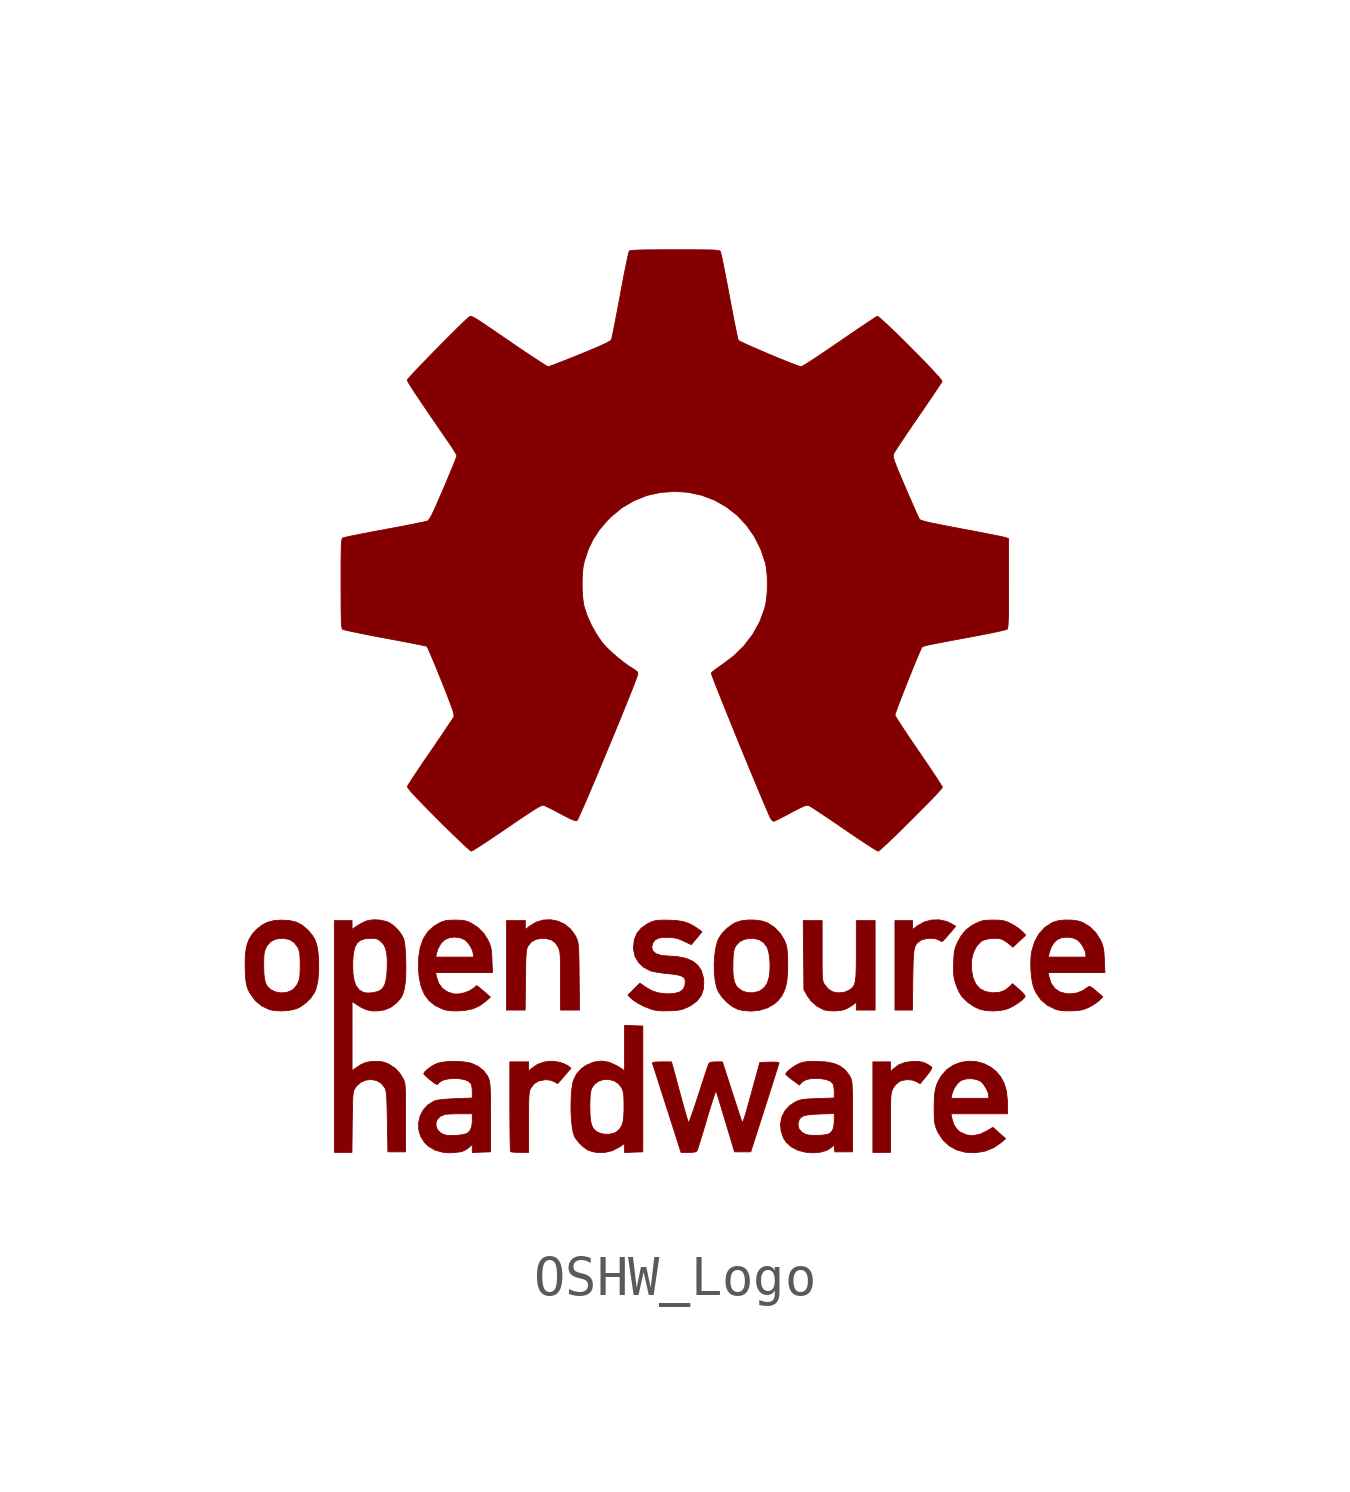
<source format=kicad_sym>
(kicad_symbol_lib
  (version 20241209)
  (generator "kicad_symbol_editor")
  (generator_version "9.0")
  (symbol "OSHW_Logo"
    (pin_names
      (offset 1.016))
    (property "Reference" "G"
      (at 0 16.51 0)
      (effects (font (size 1.27 1.27)) (hide yes)))
    (symbol "OSHW_Logo_0_0"
      (polyline (pts (xy -9.745 -3.588) (xy -9.59 -3.563) (xy -9.467 -3.522) (xy -9.417 -3.495) (xy -9.275 -3.393) (xy -9.149 -3.267) (xy -9.06 -3.135) (xy -9.02 -3.038) (xy -8.974 -2.844) (xy -8.952 -2.606) (xy -8.954 -2.328) (xy -8.956 -2.276) (xy -8.973 -2.086) (xy -9.001 -1.935) (xy -9.045 -1.811) (xy -9.11 -1.702) (xy -9.198 -1.594) (xy -9.235 -1.555) (xy -9.368 -1.441) (xy -9.509 -1.367) (xy -9.674 -1.327) (xy -9.875 -1.314) (xy -9.879 -1.314) (xy -10.077 -1.327) (xy -10.24 -1.368) (xy -10.383 -1.443) (xy -10.522 -1.558) (xy -10.622 -1.669) (xy -10.7 -1.794) (xy -10.754 -1.938) (xy -10.787 -2.109) (xy -10.801 -2.317) (xy -10.8 -2.446) (xy -10.335 -2.446) (xy -10.333 -2.301) (xy -10.328 -2.197) (xy -10.317 -2.121) (xy -10.299 -2.058) (xy -10.271 -1.996) (xy -10.248 -1.954) (xy -10.156 -1.851) (xy -10.033 -1.791) (xy -9.874 -1.771) (xy -9.838 -1.772) (xy -9.686 -1.802) (xy -9.567 -1.876) (xy -9.48 -1.994) (xy -9.478 -1.997) (xy -9.451 -2.056) (xy -9.434 -2.118) (xy -9.424 -2.196) (xy -9.419 -2.302) (xy -9.417 -2.451) (xy -9.417 -2.457) (xy -9.419 -2.603) (xy -9.424 -2.709) (xy -9.434 -2.786) (xy -9.453 -2.848) (xy -9.48 -2.909) (xy -9.5 -2.945) (xy -9.562 -3.025) (xy -9.626 -3.079) (xy -9.743 -3.127) (xy -9.894 -3.144) (xy -10.036 -3.119) (xy -10.142 -3.07) (xy -10.221 -3.008) (xy -10.276 -2.925) (xy -10.311 -2.811) (xy -10.329 -2.66) (xy -10.335 -2.462) (xy -10.335 -2.446) (xy -10.8 -2.446) (xy -10.798 -2.569) (xy -10.796 -2.637) (xy -10.786 -2.785) (xy -10.773 -2.895) (xy -10.754 -2.98) (xy -10.727 -3.053) (xy -10.678 -3.152) (xy -10.547 -3.334) (xy -10.383 -3.47) (xy -10.189 -3.562) (xy -10.071 -3.587) (xy -9.912 -3.596) (xy -9.745 -3.588)) (stroke (width 0.01) (type default)) (fill (type outline)))
      (polyline (pts (xy -8.109 -6.395) (xy -8.108 -6.309) (xy -8.105 -6.101) (xy -8.102 -5.939) (xy -8.098 -5.816) (xy -8.092 -5.725) (xy -8.084 -5.659) (xy -8.074 -5.611) (xy -8.06 -5.575) (xy -8.043 -5.543) (xy -8.001 -5.482) (xy -7.894 -5.389) (xy -7.768 -5.335) (xy -7.634 -5.32) (xy -7.503 -5.344) (xy -7.387 -5.409) (xy -7.297 -5.515) (xy -7.292 -5.524) (xy -7.276 -5.557) (xy -7.264 -5.597) (xy -7.254 -5.652) (xy -7.246 -5.727) (xy -7.24 -5.83) (xy -7.236 -5.967) (xy -7.231 -6.146) (xy -7.227 -6.374) (xy -7.213 -7.137) (xy -6.991 -7.137) (xy -6.769 -7.137) (xy -6.769 -6.277) (xy -6.769 -6.145) (xy -6.77 -5.93) (xy -6.771 -5.761) (xy -6.773 -5.63) (xy -6.777 -5.532) (xy -6.782 -5.459) (xy -6.791 -5.406) (xy -6.802 -5.364) (xy -6.816 -5.329) (xy -6.835 -5.293) (xy -6.915 -5.163) (xy -7.032 -5.037) (xy -7.185 -4.937) (xy -7.232 -4.914) (xy -7.316 -4.883) (xy -7.408 -4.868) (xy -7.532 -4.865) (xy -7.657 -4.871) (xy -7.781 -4.896) (xy -7.896 -4.948) (xy -8.024 -5.034) (xy -8.114 -5.101) (xy -8.114 -4.229) (xy -8.114 -3.356) (xy -7.976 -3.448) (xy -7.9 -3.497) (xy -7.761 -3.564) (xy -7.623 -3.595) (xy -7.467 -3.596) (xy -7.296 -3.569) (xy -7.137 -3.502) (xy -6.993 -3.39) (xy -6.965 -3.362) (xy -6.891 -3.273) (xy -6.84 -3.178) (xy -6.805 -3.059) (xy -6.779 -2.901) (xy -6.771 -2.832) (xy -6.763 -2.686) (xy -6.761 -2.518) (xy -6.763 -2.339) (xy -6.77 -2.164) (xy -6.781 -2.006) (xy -6.796 -1.877) (xy -6.815 -1.79) (xy -6.87 -1.679) (xy -6.96 -1.56) (xy -7.069 -1.454) (xy -7.18 -1.379) (xy -7.249 -1.35) (xy -7.404 -1.314) (xy -7.569 -1.305) (xy -7.717 -1.325) (xy -7.772 -1.344) (xy -7.875 -1.393) (xy -7.973 -1.451) (xy -8.114 -1.546) (xy -8.114 -1.437) (xy -8.114 -1.327) (xy -8.336 -1.327) (xy -8.558 -1.327) (xy -8.558 -2.437) (xy -8.098 -2.437) (xy -8.096 -2.338) (xy -8.08 -2.144) (xy -8.045 -1.996) (xy -7.987 -1.89) (xy -7.904 -1.821) (xy -7.791 -1.783) (xy -7.645 -1.771) (xy -7.587 -1.772) (xy -7.506 -1.781) (xy -7.445 -1.807) (xy -7.382 -1.856) (xy -7.38 -1.858) (xy -7.315 -1.933) (xy -7.269 -2.031) (xy -7.241 -2.158) (xy -7.229 -2.324) (xy -7.232 -2.535) (xy -7.24 -2.675) (xy -7.262 -2.835) (xy -7.298 -2.953) (xy -7.352 -3.035) (xy -7.424 -3.09) (xy -7.482 -3.113) (xy -7.592 -3.138) (xy -7.705 -3.147) (xy -7.795 -3.139) (xy -7.84 -3.124) (xy -7.939 -3.064) (xy -8.013 -2.969) (xy -8.062 -2.837) (xy -8.09 -2.661) (xy -8.098 -2.437) (xy -8.558 -2.437) (xy -8.558 -4.239) (xy -8.558 -7.151) (xy -8.338 -7.151) (xy -8.117 -7.151) (xy -8.109 -6.395)) (stroke (width 0.01) (type default)) (fill (type outline)))
      (polyline (pts (xy -5.537 -7.155) (xy -5.375 -7.134) (xy -5.352 -7.129) (xy -5.268 -7.091) (xy -5.188 -7.035) (xy -5.092 -6.951) (xy -5.092 -7.052) (xy -5.092 -7.153) (xy -4.863 -7.145) (xy -4.634 -7.137) (xy -4.634 -6.277) (xy -4.634 -6.162) (xy -4.635 -5.939) (xy -4.636 -5.761) (xy -4.639 -5.623) (xy -4.644 -5.517) (xy -4.65 -5.437) (xy -4.659 -5.377) (xy -4.67 -5.329) (xy -4.685 -5.286) (xy -4.711 -5.229) (xy -4.812 -5.095) (xy -4.952 -4.986) (xy -5.119 -4.911) (xy -5.167 -4.899) (xy -5.32 -4.875) (xy -5.496 -4.864) (xy -5.675 -4.867) (xy -5.838 -4.883) (xy -5.967 -4.913) (xy -5.969 -4.913) (xy -6.057 -4.954) (xy -6.148 -5.01) (xy -6.23 -5.072) (xy -6.289 -5.131) (xy -6.312 -5.175) (xy -6.311 -5.178) (xy -6.282 -5.213) (xy -6.222 -5.268) (xy -6.142 -5.335) (xy -6.111 -5.359) (xy -6.036 -5.415) (xy -5.99 -5.44) (xy -5.963 -5.441) (xy -5.945 -5.42) (xy -5.917 -5.386) (xy -5.829 -5.336) (xy -5.699 -5.304) (xy -5.535 -5.293) (xy -5.45 -5.295) (xy -5.298 -5.318) (xy -5.186 -5.363) (xy -5.122 -5.427) (xy -5.111 -5.458) (xy -5.097 -5.538) (xy -5.092 -5.634) (xy -5.092 -5.785) (xy -5.501 -5.8) (xy -5.553 -5.802) (xy -5.705 -5.811) (xy -5.841 -5.822) (xy -5.948 -5.835) (xy -6.013 -5.849) (xy -6.074 -5.874) (xy -6.22 -5.968) (xy -6.331 -6.097) (xy -6.406 -6.248) (xy -6.441 -6.407) (xy -6.005 -6.407) (xy -5.969 -6.316) (xy -5.894 -6.242) (xy -5.781 -6.197) (xy -5.741 -6.192) (xy -5.648 -6.186) (xy -5.527 -6.182) (xy -5.393 -6.18) (xy -5.092 -6.18) (xy -5.092 -6.331) (xy -5.093 -6.391) (xy -5.11 -6.517) (xy -5.15 -6.606) (xy -5.218 -6.669) (xy -5.249 -6.684) (xy -5.341 -6.707) (xy -5.46 -6.722) (xy -5.588 -6.728) (xy -5.706 -6.724) (xy -5.795 -6.708) (xy -5.875 -6.671) (xy -5.958 -6.596) (xy -6.001 -6.504) (xy -6.005 -6.407) (xy -6.441 -6.407) (xy -6.442 -6.414) (xy -6.437 -6.585) (xy -6.388 -6.75) (xy -6.292 -6.901) (xy -6.191 -6.998) (xy -6.03 -7.093) (xy -5.834 -7.147) (xy -5.779 -7.155) (xy -5.665 -7.162) (xy -5.537 -7.155)) (stroke (width 0.01) (type default)) (fill (type outline)))
      (polyline (pts (xy -5.424 -3.594) (xy -5.263 -3.581) (xy -5.071 -3.539) (xy -4.903 -3.462) (xy -4.746 -3.346) (xy -4.636 -3.249) (xy -4.74 -3.158) (xy -4.77 -3.132) (xy -4.849 -3.065) (xy -4.912 -3.013) (xy -4.981 -2.959) (xy -5.066 -3.03) (xy -5.16 -3.091) (xy -5.294 -3.142) (xy -5.433 -3.171) (xy -5.555 -3.17) (xy -5.705 -3.123) (xy -5.841 -3.032) (xy -5.938 -2.902) (xy -5.994 -2.735) (xy -6.013 -2.631) (xy -5.299 -2.631) (xy -4.585 -2.631) (xy -4.598 -2.315) (xy -4.598 -2.296) (xy -4.605 -2.158) (xy -4.616 -2.057) (xy -4.633 -1.978) (xy -4.659 -1.903) (xy -4.699 -1.817) (xy -4.799 -1.654) (xy -4.95 -1.5) (xy -5.143 -1.378) (xy -5.207 -1.351) (xy -5.287 -1.329) (xy -5.386 -1.317) (xy -5.521 -1.314) (xy -5.556 -1.314) (xy -5.676 -1.318) (xy -5.765 -1.329) (xy -5.842 -1.352) (xy -5.928 -1.391) (xy -6.054 -1.465) (xy -6.207 -1.605) (xy -6.322 -1.782) (xy -6.399 -1.998) (xy -6.438 -2.243) (xy -6.011 -2.243) (xy -5.993 -2.152) (xy -5.958 -2.039) (xy -5.884 -1.903) (xy -5.785 -1.806) (xy -5.676 -1.758) (xy -5.539 -1.74) (xy -5.401 -1.756) (xy -5.283 -1.806) (xy -5.278 -1.81) (xy -5.202 -1.883) (xy -5.133 -1.982) (xy -5.083 -2.088) (xy -5.064 -2.179) (xy -5.064 -2.243) (xy -5.537 -2.243) (xy -6.011 -2.243) (xy -6.438 -2.243) (xy -6.44 -2.254) (xy -6.444 -2.551) (xy -6.428 -2.744) (xy -6.378 -2.983) (xy -6.296 -3.179) (xy -6.178 -3.338) (xy -6.024 -3.461) (xy -5.831 -3.552) (xy -5.789 -3.565) (xy -5.692 -3.586) (xy -5.576 -3.595) (xy -5.424 -3.594)) (stroke (width 0.01) (type default)) (fill (type outline)))
      (polyline (pts (xy -3.755 -2.818) (xy -3.753 -2.63) (xy -3.75 -2.441) (xy -3.746 -2.294) (xy -3.74 -2.184) (xy -3.733 -2.104) (xy -3.724 -2.046) (xy -3.712 -2.004) (xy -3.697 -1.971) (xy -3.692 -1.963) (xy -3.602 -1.856) (xy -3.477 -1.793) (xy -3.317 -1.771) (xy -3.26 -1.774) (xy -3.115 -1.807) (xy -3.006 -1.882) (xy -2.928 -2.001) (xy -2.913 -2.037) (xy -2.9 -2.081) (xy -2.89 -2.137) (xy -2.883 -2.212) (xy -2.879 -2.313) (xy -2.876 -2.447) (xy -2.874 -2.622) (xy -2.874 -2.846) (xy -2.873 -3.574) (xy -2.635 -3.574) (xy -2.398 -3.574) (xy -2.407 -2.735) (xy -2.408 -2.679) (xy -2.41 -2.452) (xy -2.413 -2.271) (xy -2.417 -2.131) (xy -2.422 -2.025) (xy -2.428 -1.944) (xy -2.437 -1.883) (xy -2.449 -1.835) (xy -2.463 -1.793) (xy -2.482 -1.749) (xy -2.509 -1.696) (xy -2.624 -1.539) (xy -2.77 -1.42) (xy -2.938 -1.341) (xy -3.12 -1.305) (xy -3.306 -1.312) (xy -3.488 -1.366) (xy -3.657 -1.469) (xy -3.761 -1.552) (xy -3.761 -1.44) (xy -3.761 -1.327) (xy -3.996 -1.327) (xy -4.232 -1.327) (xy -4.232 -2.451) (xy -4.232 -3.574) (xy -3.998 -3.574) (xy -3.764 -3.574) (xy -3.755 -2.818)) (stroke (width 0.01) (type default)) (fill (type outline)))
      (polyline (pts (xy -3.677 -6.395) (xy -3.677 -6.38) (xy -3.677 -6.155) (xy -3.676 -5.979) (xy -3.673 -5.843) (xy -3.669 -5.742) (xy -3.663 -5.669) (xy -3.654 -5.616) (xy -3.642 -5.576) (xy -3.626 -5.543) (xy -3.623 -5.537) (xy -3.539 -5.425) (xy -3.429 -5.358) (xy -3.283 -5.328) (xy -3.246 -5.326) (xy -3.135 -5.334) (xy -3.041 -5.37) (xy -2.946 -5.422) (xy -2.779 -5.229) (xy -2.613 -5.036) (xy -2.677 -4.984) (xy -2.712 -4.962) (xy -2.796 -4.922) (xy -2.893 -4.888) (xy -3.081 -4.859) (xy -3.275 -4.877) (xy -3.457 -4.942) (xy -3.615 -5.051) (xy -3.677 -5.108) (xy -3.677 -4.993) (xy -3.677 -4.877) (xy -3.913 -4.877) (xy -4.149 -4.877) (xy -4.149 -5.995) (xy -4.149 -6.086) (xy -4.148 -6.324) (xy -4.146 -6.543) (xy -4.144 -6.736) (xy -4.141 -6.897) (xy -4.138 -7.021) (xy -4.134 -7.101) (xy -4.13 -7.132) (xy -4.127 -7.134) (xy -4.082 -7.143) (xy -4 -7.149) (xy -3.895 -7.151) (xy -3.677 -7.151) (xy -3.677 -6.395)) (stroke (width 0.01) (type default)) (fill (type outline)))
      (polyline (pts (xy -1.577 -7.109) (xy -1.383 -7.007) (xy -1.265 -6.926) (xy -1.265 -7.04) (xy -1.265 -7.153) (xy -1.036 -7.145) (xy -0.807 -7.137) (xy -0.807 -5.556) (xy -0.807 -3.976) (xy -1.036 -3.968) (xy -1.265 -3.96) (xy -1.265 -4.529) (xy -1.265 -5.099) (xy -1.411 -5.004) (xy -1.46 -4.974) (xy -1.654 -4.887) (xy -1.847 -4.856) (xy -2.038 -4.881) (xy -2.228 -4.961) (xy -2.349 -5.045) (xy -2.475 -5.185) (xy -2.554 -5.355) (xy -2.569 -5.417) (xy -2.592 -5.565) (xy -2.606 -5.742) (xy -2.612 -5.936) (xy -2.612 -6.001) (xy -2.138 -6.001) (xy -2.138 -5.954) (xy -2.134 -5.797) (xy -2.126 -5.682) (xy -2.112 -5.599) (xy -2.091 -5.536) (xy -2.025 -5.438) (xy -1.921 -5.363) (xy -1.797 -5.322) (xy -1.665 -5.318) (xy -1.537 -5.349) (xy -1.426 -5.416) (xy -1.343 -5.519) (xy -1.332 -5.542) (xy -1.309 -5.597) (xy -1.294 -5.658) (xy -1.285 -5.737) (xy -1.281 -5.847) (xy -1.28 -6) (xy -1.28 -6.093) (xy -1.288 -6.265) (xy -1.308 -6.395) (xy -1.342 -6.494) (xy -1.393 -6.57) (xy -1.464 -6.633) (xy -1.529 -6.668) (xy -1.654 -6.696) (xy -1.791 -6.693) (xy -1.917 -6.657) (xy -1.988 -6.615) (xy -2.05 -6.554) (xy -2.093 -6.47) (xy -2.12 -6.355) (xy -2.134 -6.201) (xy -2.138 -6.001) (xy -2.612 -6.001) (xy -2.611 -6.135) (xy -2.601 -6.328) (xy -2.583 -6.502) (xy -2.559 -6.644) (xy -2.527 -6.744) (xy -2.489 -6.809) (xy -2.401 -6.918) (xy -2.297 -7.017) (xy -2.197 -7.087) (xy -2.176 -7.097) (xy -2.087 -7.127) (xy -1.989 -7.149) (xy -1.78 -7.156) (xy -1.577 -7.109)) (stroke (width 0.01) (type default)) (fill (type outline)))
      (polyline (pts (xy -0.156 -3.593) (xy -0.079 -3.591) (xy 0.043 -3.583) (xy 0.136 -3.568) (xy 0.219 -3.544) (xy 0.309 -3.506) (xy 0.405 -3.457) (xy 0.558 -3.342) (xy 0.661 -3.204) (xy 0.717 -3.04) (xy 0.725 -2.848) (xy 0.714 -2.756) (xy 0.665 -2.588) (xy 0.577 -2.453) (xy 0.45 -2.349) (xy 0.279 -2.276) (xy 0.064 -2.231) (xy -0.197 -2.214) (xy -0.356 -2.198) (xy -0.478 -2.157) (xy -0.555 -2.092) (xy -0.584 -2.007) (xy -0.562 -1.902) (xy -0.558 -1.893) (xy -0.506 -1.818) (xy -0.425 -1.771) (xy -0.309 -1.748) (xy -0.148 -1.748) (xy -0.018 -1.76) (xy 0.104 -1.79) (xy 0.233 -1.846) (xy 0.244 -1.851) (xy 0.329 -1.893) (xy 0.39 -1.92) (xy 0.413 -1.929) (xy 0.414 -1.928) (xy 0.436 -1.9) (xy 0.484 -1.843) (xy 0.548 -1.766) (xy 0.68 -1.608) (xy 0.564 -1.524) (xy 0.492 -1.475) (xy 0.351 -1.399) (xy 0.202 -1.35) (xy 0.028 -1.323) (xy -0.183 -1.315) (xy -0.23 -1.315) (xy -0.359 -1.316) (xy -0.451 -1.322) (xy -0.522 -1.335) (xy -0.587 -1.357) (xy -0.661 -1.392) (xy -0.683 -1.403) (xy -0.843 -1.512) (xy -0.956 -1.647) (xy -1.022 -1.813) (xy -1.042 -2.01) (xy -1.041 -2.053) (xy -1.002 -2.225) (xy -0.915 -2.376) (xy -0.787 -2.498) (xy -0.623 -2.585) (xy -0.567 -2.601) (xy -0.458 -2.623) (xy -0.325 -2.643) (xy -0.183 -2.659) (xy -0.052 -2.673) (xy 0.08 -2.694) (xy 0.17 -2.72) (xy 0.225 -2.756) (xy 0.253 -2.804) (xy 0.26 -2.869) (xy 0.251 -2.959) (xy 0.206 -3.055) (xy 0.12 -3.12) (xy -0.008 -3.156) (xy -0.183 -3.167) (xy -0.227 -3.166) (xy -0.421 -3.142) (xy -0.59 -3.085) (xy -0.754 -2.987) (xy -0.878 -2.898) (xy -1.03 -3.047) (xy -1.181 -3.197) (xy -1.11 -3.271) (xy -1.039 -3.332) (xy -0.912 -3.413) (xy -0.761 -3.488) (xy -0.601 -3.55) (xy -0.538 -3.569) (xy -0.437 -3.587) (xy -0.316 -3.595) (xy -0.156 -3.593)) (stroke (width 0.01) (type default)) (fill (type outline)))
      (polyline (pts (xy 0.404 -7.15) (xy 0.488 -7.144) (xy 0.535 -7.129) (xy 0.56 -7.102) (xy 0.56 -7.101) (xy 0.576 -7.058) (xy 0.604 -6.969) (xy 0.643 -6.843) (xy 0.691 -6.686) (xy 0.745 -6.506) (xy 0.803 -6.31) (xy 0.812 -6.277) (xy 0.869 -6.089) (xy 0.92 -5.923) (xy 0.965 -5.786) (xy 1 -5.682) (xy 1.024 -5.619) (xy 1.034 -5.603) (xy 1.035 -5.605) (xy 1.048 -5.647) (xy 1.075 -5.734) (xy 1.113 -5.858) (xy 1.16 -6.014) (xy 1.214 -6.193) (xy 1.273 -6.388) (xy 1.498 -7.137) (xy 1.702 -7.137) (xy 1.905 -7.137) (xy 2.26 -6.028) (xy 2.3 -5.904) (xy 2.373 -5.674) (xy 2.44 -5.464) (xy 2.499 -5.279) (xy 2.547 -5.123) (xy 2.584 -5.004) (xy 2.608 -4.927) (xy 2.616 -4.897) (xy 2.611 -4.892) (xy 2.566 -4.885) (xy 2.483 -4.881) (xy 2.375 -4.883) (xy 2.133 -4.891) (xy 1.92 -5.667) (xy 1.868 -5.857) (xy 1.816 -6.042) (xy 1.776 -6.182) (xy 1.744 -6.282) (xy 1.721 -6.346) (xy 1.703 -6.38) (xy 1.691 -6.388) (xy 1.681 -6.374) (xy 1.666 -6.332) (xy 1.636 -6.243) (xy 1.594 -6.117) (xy 1.543 -5.961) (xy 1.485 -5.783) (xy 1.423 -5.591) (xy 1.193 -4.877) (xy 1.032 -4.877) (xy 1.027 -4.877) (xy 0.931 -4.881) (xy 0.876 -4.896) (xy 0.849 -4.925) (xy 0.848 -4.926) (xy 0.833 -4.967) (xy 0.803 -5.053) (xy 0.762 -5.177) (xy 0.712 -5.331) (xy 0.654 -5.508) (xy 0.592 -5.701) (xy 0.585 -5.723) (xy 0.524 -5.91) (xy 0.468 -6.076) (xy 0.419 -6.216) (xy 0.381 -6.322) (xy 0.353 -6.388) (xy 0.341 -6.408) (xy 0.34 -6.407) (xy 0.326 -6.368) (xy 0.301 -6.284) (xy 0.265 -6.162) (xy 0.222 -6.007) (xy 0.172 -5.829) (xy 0.119 -5.633) (xy -0.086 -4.877) (xy -0.332 -4.877) (xy -0.425 -4.878) (xy -0.513 -4.883) (xy -0.557 -4.894) (xy -0.565 -4.912) (xy -0.564 -4.915) (xy -0.548 -4.962) (xy -0.519 -5.05) (xy -0.48 -5.173) (xy -0.432 -5.322) (xy -0.38 -5.487) (xy -0.33 -5.641) (xy -0.255 -5.877) (xy -0.174 -6.128) (xy -0.096 -6.373) (xy -0.027 -6.589) (xy 0.153 -7.151) (xy 0.344 -7.151) (xy 0.404 -7.15)) (stroke (width 0.01) (type default)) (fill (type outline)))
      (polyline (pts (xy 2.127 -3.579) (xy 2.325 -3.518) (xy 2.493 -3.422) (xy 2.593 -3.334) (xy 2.692 -3.205) (xy 2.764 -3.051) (xy 2.81 -2.865) (xy 2.832 -2.64) (xy 2.834 -2.369) (xy 2.831 -2.264) (xy 2.825 -2.131) (xy 2.815 -2.033) (xy 2.801 -1.958) (xy 2.78 -1.892) (xy 2.751 -1.823) (xy 2.654 -1.659) (xy 2.504 -1.5) (xy 2.325 -1.383) (xy 2.319 -1.381) (xy 2.181 -1.336) (xy 2.013 -1.313) (xy 1.835 -1.312) (xy 1.667 -1.332) (xy 1.531 -1.374) (xy 1.455 -1.414) (xy 1.312 -1.519) (xy 1.187 -1.646) (xy 1.099 -1.777) (xy 1.067 -1.855) (xy 1.025 -2.021) (xy 0.998 -2.217) (xy 0.986 -2.429) (xy 0.99 -2.587) (xy 1.456 -2.587) (xy 1.457 -2.382) (xy 1.461 -2.262) (xy 1.469 -2.151) (xy 1.482 -2.073) (xy 1.501 -2.014) (xy 1.529 -1.961) (xy 1.535 -1.953) (xy 1.631 -1.851) (xy 1.763 -1.791) (xy 1.931 -1.771) (xy 1.957 -1.772) (xy 2.109 -1.801) (xy 2.228 -1.876) (xy 2.318 -1.997) (xy 2.326 -2.015) (xy 2.358 -2.124) (xy 2.38 -2.267) (xy 2.39 -2.426) (xy 2.387 -2.586) (xy 2.371 -2.728) (xy 2.366 -2.751) (xy 2.322 -2.897) (xy 2.254 -3.002) (xy 2.156 -3.08) (xy 2.098 -3.109) (xy 1.956 -3.141) (xy 1.81 -3.134) (xy 1.677 -3.088) (xy 1.571 -3.006) (xy 1.539 -2.962) (xy 1.495 -2.869) (xy 1.468 -2.746) (xy 1.456 -2.587) (xy 0.99 -2.587) (xy 0.991 -2.643) (xy 1.012 -2.844) (xy 1.051 -3.017) (xy 1.095 -3.118) (xy 1.189 -3.255) (xy 1.31 -3.382) (xy 1.444 -3.487) (xy 1.577 -3.553) (xy 1.702 -3.584) (xy 1.915 -3.601) (xy 2.127 -3.579)) (stroke (width 0.01) (type default)) (fill (type outline)))
      (polyline (pts (xy 3.668 -7.144) (xy 3.818 -7.098) (xy 3.93 -7.027) (xy 4 -6.962) (xy 4.009 -7.05) (xy 4.017 -7.137) (xy 4.239 -7.137) (xy 4.461 -7.137) (xy 4.461 -6.25) (xy 4.461 -6.127) (xy 4.461 -5.905) (xy 4.46 -5.729) (xy 4.458 -5.593) (xy 4.454 -5.49) (xy 4.449 -5.414) (xy 4.441 -5.358) (xy 4.431 -5.316) (xy 4.417 -5.282) (xy 4.4 -5.249) (xy 4.381 -5.214) (xy 4.28 -5.082) (xy 4.151 -4.983) (xy 3.99 -4.915) (xy 3.79 -4.877) (xy 3.546 -4.865) (xy 3.463 -4.865) (xy 3.341 -4.869) (xy 3.25 -4.88) (xy 3.175 -4.899) (xy 3.102 -4.928) (xy 3.029 -4.967) (xy 2.941 -5.025) (xy 2.862 -5.088) (xy 2.805 -5.145) (xy 2.784 -5.185) (xy 2.784 -5.187) (xy 2.813 -5.218) (xy 2.873 -5.269) (xy 2.955 -5.332) (xy 3.126 -5.459) (xy 3.179 -5.402) (xy 3.228 -5.359) (xy 3.307 -5.32) (xy 3.414 -5.299) (xy 3.563 -5.293) (xy 3.647 -5.295) (xy 3.798 -5.319) (xy 3.909 -5.363) (xy 3.974 -5.427) (xy 3.984 -5.457) (xy 3.998 -5.538) (xy 4.004 -5.634) (xy 4.004 -5.784) (xy 3.59 -5.798) (xy 3.583 -5.798) (xy 3.421 -5.804) (xy 3.302 -5.811) (xy 3.215 -5.821) (xy 3.146 -5.836) (xy 3.085 -5.857) (xy 3.019 -5.888) (xy 2.889 -5.971) (xy 2.768 -6.102) (xy 2.688 -6.259) (xy 2.654 -6.432) (xy 2.655 -6.454) (xy 3.091 -6.454) (xy 3.119 -6.337) (xy 3.135 -6.308) (xy 3.177 -6.263) (xy 3.241 -6.231) (xy 3.336 -6.209) (xy 3.469 -6.195) (xy 3.65 -6.186) (xy 4.004 -6.175) (xy 4.004 -6.342) (xy 4.003 -6.396) (xy 3.987 -6.526) (xy 3.949 -6.617) (xy 3.886 -6.677) (xy 3.829 -6.698) (xy 3.728 -6.715) (xy 3.606 -6.723) (xy 3.479 -6.724) (xy 3.367 -6.716) (xy 3.286 -6.699) (xy 3.189 -6.645) (xy 3.115 -6.559) (xy 3.091 -6.454) (xy 2.655 -6.454) (xy 2.667 -6.614) (xy 2.73 -6.794) (xy 2.794 -6.892) (xy 2.925 -7.012) (xy 3.095 -7.099) (xy 3.296 -7.15) (xy 3.301 -7.151) (xy 3.491 -7.162) (xy 3.668 -7.144)) (stroke (width 0.01) (type default)) (fill (type outline)))
      (polyline (pts (xy 4.149 -3.587) (xy 4.26 -3.562) (xy 4.276 -3.556) (xy 4.372 -3.508) (xy 4.461 -3.451) (xy 4.558 -3.377) (xy 4.558 -3.475) (xy 4.558 -3.574) (xy 4.794 -3.574) (xy 5.03 -3.574) (xy 5.03 -2.451) (xy 5.03 -1.327) (xy 4.794 -1.327) (xy 4.558 -1.327) (xy 4.558 -2.079) (xy 4.558 -2.155) (xy 4.557 -2.386) (xy 4.554 -2.57) (xy 4.548 -2.713) (xy 4.537 -2.822) (xy 4.52 -2.903) (xy 4.496 -2.963) (xy 4.463 -3.008) (xy 4.421 -3.045) (xy 4.369 -3.08) (xy 4.262 -3.126) (xy 4.123 -3.142) (xy 4.085 -3.141) (xy 3.959 -3.115) (xy 3.856 -3.049) (xy 3.761 -2.936) (xy 3.745 -2.912) (xy 3.73 -2.882) (xy 3.719 -2.845) (xy 3.711 -2.794) (xy 3.705 -2.722) (xy 3.701 -2.622) (xy 3.699 -2.487) (xy 3.699 -2.311) (xy 3.699 -2.086) (xy 3.699 -1.327) (xy 3.461 -1.327) (xy 3.224 -1.327) (xy 3.233 -2.194) (xy 3.241 -3.061) (xy 3.324 -3.211) (xy 3.422 -3.347) (xy 3.568 -3.476) (xy 3.735 -3.565) (xy 3.755 -3.571) (xy 3.872 -3.591) (xy 4.011 -3.597) (xy 4.149 -3.587)) (stroke (width 0.01) (type default)) (fill (type outline)))
      (polyline (pts (xy 5.113 0.421) (xy 5.152 0.451) (xy 5.223 0.513) (xy 5.322 0.604) (xy 5.441 0.718) (xy 5.578 0.85) (xy 5.726 0.994) (xy 5.88 1.147) (xy 6.035 1.301) (xy 6.186 1.453) (xy 6.328 1.597) (xy 6.456 1.729) (xy 6.564 1.842) (xy 6.648 1.933) (xy 6.702 1.995) (xy 6.721 2.024) (xy 6.721 2.026) (xy 6.701 2.062) (xy 6.654 2.137) (xy 6.583 2.248) (xy 6.491 2.387) (xy 6.382 2.55) (xy 6.259 2.732) (xy 6.125 2.928) (xy 6.107 2.954) (xy 5.974 3.149) (xy 5.852 3.33) (xy 5.745 3.491) (xy 5.655 3.628) (xy 5.587 3.736) (xy 5.544 3.808) (xy 5.529 3.841) (xy 5.53 3.851) (xy 5.549 3.908) (xy 5.584 4.005) (xy 5.632 4.135) (xy 5.692 4.29) (xy 5.759 4.462) (xy 5.831 4.644) (xy 5.904 4.827) (xy 5.976 5.006) (xy 6.043 5.17) (xy 6.103 5.314) (xy 6.152 5.429) (xy 6.188 5.508) (xy 6.206 5.543) (xy 6.211 5.548) (xy 6.222 5.556) (xy 6.24 5.565) (xy 6.27 5.575) (xy 6.316 5.587) (xy 6.383 5.602) (xy 6.475 5.622) (xy 6.599 5.646) (xy 6.758 5.676) (xy 6.957 5.714) (xy 7.201 5.759) (xy 7.495 5.814) (xy 7.562 5.827) (xy 7.764 5.865) (xy 7.948 5.902) (xy 8.105 5.935) (xy 8.228 5.963) (xy 8.312 5.984) (xy 8.348 5.997) (xy 8.353 6.005) (xy 8.362 6.034) (xy 8.369 6.086) (xy 8.374 6.167) (xy 8.379 6.279) (xy 8.382 6.429) (xy 8.383 6.621) (xy 8.384 6.859) (xy 8.385 7.148) (xy 8.385 8.268) (xy 8.322 8.295) (xy 8.32 8.296) (xy 8.273 8.308) (xy 8.179 8.329) (xy 8.043 8.357) (xy 7.873 8.39) (xy 7.675 8.429) (xy 7.456 8.471) (xy 7.22 8.515) (xy 7.131 8.532) (xy 6.857 8.584) (xy 6.634 8.628) (xy 6.458 8.664) (xy 6.324 8.694) (xy 6.231 8.719) (xy 6.173 8.739) (xy 6.148 8.754) (xy 6.144 8.76) (xy 6.119 8.81) (xy 6.076 8.903) (xy 6.019 9.031) (xy 5.95 9.188) (xy 5.872 9.367) (xy 5.788 9.561) (xy 5.765 9.616) (xy 5.676 9.825) (xy 5.606 9.991) (xy 5.555 10.119) (xy 5.519 10.216) (xy 5.497 10.286) (xy 5.486 10.335) (xy 5.485 10.37) (xy 5.491 10.397) (xy 5.492 10.398) (xy 5.515 10.439) (xy 5.566 10.52) (xy 5.641 10.635) (xy 5.737 10.779) (xy 5.849 10.946) (xy 5.974 11.13) (xy 6.109 11.326) (xy 6.119 11.341) (xy 6.252 11.535) (xy 6.375 11.715) (xy 6.484 11.876) (xy 6.576 12.013) (xy 6.647 12.12) (xy 6.694 12.192) (xy 6.713 12.223) (xy 6.71 12.234) (xy 6.675 12.281) (xy 6.609 12.359) (xy 6.515 12.463) (xy 6.399 12.587) (xy 6.265 12.726) (xy 6.119 12.876) (xy 5.966 13.031) (xy 5.811 13.187) (xy 5.658 13.337) (xy 5.514 13.478) (xy 5.382 13.604) (xy 5.268 13.71) (xy 5.178 13.792) (xy 5.115 13.843) (xy 5.085 13.859) (xy 5.08 13.857) (xy 5.035 13.83) (xy 4.952 13.776) (xy 4.835 13.698) (xy 4.689 13.6) (xy 4.52 13.486) (xy 4.332 13.358) (xy 4.131 13.22) (xy 4.066 13.176) (xy 3.869 13.041) (xy 3.687 12.918) (xy 3.524 12.81) (xy 3.386 12.72) (xy 3.279 12.651) (xy 3.206 12.608) (xy 3.174 12.592) (xy 3.174 12.592) (xy 3.131 12.603) (xy 3.047 12.632) (xy 2.929 12.677) (xy 2.784 12.734) (xy 2.622 12.8) (xy 2.448 12.872) (xy 2.272 12.946) (xy 2.101 13.02) (xy 1.942 13.089) (xy 1.804 13.15) (xy 1.694 13.202) (xy 1.621 13.239) (xy 1.591 13.259) (xy 1.589 13.263) (xy 1.577 13.311) (xy 1.556 13.406) (xy 1.528 13.542) (xy 1.494 13.712) (xy 1.455 13.911) (xy 1.413 14.132) (xy 1.368 14.369) (xy 1.358 14.424) (xy 1.314 14.658) (xy 1.272 14.875) (xy 1.234 15.069) (xy 1.201 15.232) (xy 1.174 15.36) (xy 1.154 15.446) (xy 1.144 15.483) (xy 1.143 15.485) (xy 1.132 15.497) (xy 1.112 15.507) (xy 1.077 15.514) (xy 1.023 15.52) (xy 0.944 15.525) (xy 0.835 15.528) (xy 0.692 15.53) (xy 0.508 15.531) (xy 0.279 15.532) (xy -0.001 15.532) (xy -0.035 15.532) (xy -0.323 15.531) (xy -0.56 15.53) (xy -0.75 15.528) (xy -0.898 15.524) (xy -1.008 15.52) (xy -1.083 15.514) (xy -1.129 15.506) (xy -1.149 15.497) (xy -1.15 15.493) (xy -1.164 15.447) (xy -1.186 15.354) (xy -1.214 15.219) (xy -1.249 15.05) (xy -1.288 14.852) (xy -1.33 14.632) (xy -1.374 14.395) (xy -1.384 14.34) (xy -1.428 14.105) (xy -1.47 13.887) (xy -1.507 13.692) (xy -1.54 13.527) (xy -1.566 13.397) (xy -1.585 13.31) (xy -1.595 13.271) (xy -1.601 13.262) (xy -1.636 13.235) (xy -1.704 13.196) (xy -1.809 13.146) (xy -1.954 13.082) (xy -2.144 13.001) (xy -2.382 12.903) (xy -2.443 12.879) (xy -2.633 12.802) (xy -2.806 12.734) (xy -2.954 12.676) (xy -3.071 12.631) (xy -3.151 12.603) (xy -3.186 12.592) (xy -3.189 12.593) (xy -3.228 12.614) (xy -3.307 12.663) (xy -3.421 12.735) (xy -3.562 12.829) (xy -3.728 12.939) (xy -3.913 13.063) (xy -4.111 13.198) (xy -4.277 13.312) (xy -4.487 13.456) (xy -4.659 13.573) (xy -4.796 13.666) (xy -4.903 13.737) (xy -4.985 13.788) (xy -5.044 13.824) (xy -5.087 13.845) (xy -5.116 13.855) (xy -5.136 13.857) (xy -5.152 13.852) (xy -5.168 13.843) (xy -5.201 13.817) (xy -5.267 13.757) (xy -5.361 13.668) (xy -5.476 13.555) (xy -5.608 13.424) (xy -5.752 13.28) (xy -5.902 13.128) (xy -6.054 12.974) (xy -6.202 12.822) (xy -6.341 12.678) (xy -6.467 12.546) (xy -6.573 12.434) (xy -6.656 12.344) (xy -6.709 12.283) (xy -6.728 12.255) (xy -6.727 12.252) (xy -6.705 12.207) (xy -6.652 12.12) (xy -6.568 11.988) (xy -6.452 11.813) (xy -6.304 11.594) (xy -6.125 11.33) (xy -5.913 11.021) (xy -5.67 10.668) (xy -5.596 10.559) (xy -5.536 10.463) (xy -5.495 10.391) (xy -5.48 10.354) (xy -5.482 10.345) (xy -5.501 10.291) (xy -5.538 10.196) (xy -5.591 10.065) (xy -5.657 9.906) (xy -5.733 9.725) (xy -5.816 9.528) (xy -5.821 9.517) (xy -5.918 9.294) (xy -5.995 9.116) (xy -6.058 8.978) (xy -6.107 8.876) (xy -6.145 8.804) (xy -6.176 8.756) (xy -6.202 8.727) (xy -6.226 8.713) (xy -6.267 8.702) (xy -6.357 8.682) (xy -6.488 8.655) (xy -6.654 8.622) (xy -6.849 8.584) (xy -7.065 8.543) (xy -7.296 8.5) (xy -7.524 8.458) (xy -7.737 8.417) (xy -7.929 8.38) (xy -8.092 8.347) (xy -8.219 8.321) (xy -8.305 8.301) (xy -8.343 8.291) (xy -8.345 8.289) (xy -8.357 8.279) (xy -8.366 8.259) (xy -8.374 8.224) (xy -8.38 8.17) (xy -8.384 8.091) (xy -8.387 7.982) (xy -8.389 7.839) (xy -8.391 7.655) (xy -8.391 7.426) (xy -8.391 7.146) (xy -8.391 6.941) (xy -8.39 6.689) (xy -8.389 6.485) (xy -8.386 6.323) (xy -8.383 6.2) (xy -8.378 6.111) (xy -8.371 6.05) (xy -8.363 6.013) (xy -8.354 5.996) (xy -8.352 5.995) (xy -8.312 5.982) (xy -8.224 5.961) (xy -8.095 5.933) (xy -7.93 5.898) (xy -7.737 5.859) (xy -7.521 5.817) (xy -7.288 5.774) (xy -7.261 5.769) (xy -7.031 5.726) (xy -6.818 5.685) (xy -6.629 5.649) (xy -6.47 5.617) (xy -6.347 5.592) (xy -6.266 5.575) (xy -6.233 5.566) (xy -6.225 5.553) (xy -6.197 5.494) (xy -6.153 5.394) (xy -6.095 5.258) (xy -6.026 5.094) (xy -5.95 4.906) (xy -5.867 4.702) (xy -5.777 4.476) (xy -5.701 4.28) (xy -5.642 4.126) (xy -5.599 4.008) (xy -5.571 3.92) (xy -5.556 3.859) (xy -5.551 3.819) (xy -5.556 3.794) (xy -5.574 3.763) (xy -5.621 3.69) (xy -5.693 3.583) (xy -5.785 3.446) (xy -5.893 3.285) (xy -6.015 3.106) (xy -6.146 2.915) (xy -6.266 2.74) (xy -6.387 2.562) (xy -6.495 2.4) (xy -6.587 2.263) (xy -6.657 2.154) (xy -6.704 2.08) (xy -6.722 2.046) (xy -6.72 2.031) (xy -6.697 1.993) (xy -6.649 1.933) (xy -6.574 1.849) (xy -6.469 1.736) (xy -6.331 1.594) (xy -6.159 1.418) (xy -5.948 1.207) (xy -5.889 1.147) (xy -5.719 0.979) (xy -5.562 0.826) (xy -5.421 0.691) (xy -5.302 0.578) (xy -5.209 0.493) (xy -5.146 0.438) (xy -5.117 0.419) (xy -5.116 0.419) (xy -5.081 0.437) (xy -5.006 0.482) (xy -4.896 0.551) (xy -4.758 0.642) (xy -4.595 0.75) (xy -4.414 0.872) (xy -4.22 1.004) (xy -4.17 1.038) (xy -3.95 1.189) (xy -3.769 1.31) (xy -3.626 1.405) (xy -3.513 1.476) (xy -3.429 1.526) (xy -3.369 1.556) (xy -3.328 1.571) (xy -3.302 1.572) (xy -3.288 1.567) (xy -3.224 1.539) (xy -3.126 1.491) (xy -3.005 1.429) (xy -2.871 1.358) (xy -2.755 1.296) (xy -2.633 1.235) (xy -2.547 1.198) (xy -2.492 1.183) (xy -2.462 1.187) (xy -2.459 1.19) (xy -2.435 1.234) (xy -2.394 1.322) (xy -2.337 1.45) (xy -2.265 1.613) (xy -2.182 1.806) (xy -2.089 2.024) (xy -1.988 2.262) (xy -1.882 2.515) (xy -1.773 2.777) (xy -1.662 3.044) (xy -1.551 3.311) (xy -1.444 3.573) (xy -1.341 3.824) (xy -1.245 4.06) (xy -1.158 4.276) (xy -1.082 4.466) (xy -1.02 4.625) (xy -0.973 4.75) (xy -0.943 4.833) (xy -0.932 4.872) (xy -0.949 4.927) (xy -1.015 4.981) (xy -1.023 4.985) (xy -1.144 5.059) (xy -1.288 5.163) (xy -1.44 5.285) (xy -1.589 5.415) (xy -1.719 5.54) (xy -1.818 5.649) (xy -1.839 5.676) (xy -1.976 5.877) (xy -2.103 6.105) (xy -2.208 6.341) (xy -2.281 6.561) (xy -2.289 6.596) (xy -2.314 6.758) (xy -2.329 6.949) (xy -2.333 7.155) (xy -2.327 7.356) (xy -2.311 7.537) (xy -2.283 7.681) (xy -2.27 7.727) (xy -2.174 8.011) (xy -2.054 8.261) (xy -1.902 8.491) (xy -1.709 8.719) (xy -1.613 8.817) (xy -1.336 9.046) (xy -1.035 9.225) (xy -0.711 9.355) (xy -0.367 9.433) (xy -0.003 9.459) (xy 0.332 9.436) (xy 0.674 9.362) (xy 0.995 9.24) (xy 1.291 9.073) (xy 1.559 8.863) (xy 1.795 8.614) (xy 1.996 8.328) (xy 2.157 8.008) (xy 2.275 7.657) (xy 2.3 7.523) (xy 2.317 7.341) (xy 2.323 7.14) (xy 2.318 6.937) (xy 2.302 6.749) (xy 2.275 6.595) (xy 2.256 6.52) (xy 2.133 6.184) (xy 1.96 5.87) (xy 1.739 5.581) (xy 1.47 5.317) (xy 1.156 5.081) (xy 1.096 5.041) (xy 1.007 4.977) (xy 0.943 4.925) (xy 0.914 4.894) (xy 0.914 4.892) (xy 0.925 4.855) (xy 0.955 4.772) (xy 1.002 4.649) (xy 1.064 4.49) (xy 1.139 4.302) (xy 1.225 4.087) (xy 1.319 3.853) (xy 1.421 3.603) (xy 1.526 3.342) (xy 1.635 3.076) (xy 1.744 2.81) (xy 1.851 2.549) (xy 1.956 2.298) (xy 2.054 2.061) (xy 2.145 1.844) (xy 2.226 1.651) (xy 2.295 1.489) (xy 2.35 1.361) (xy 2.39 1.274) (xy 2.412 1.23) (xy 2.446 1.189) (xy 2.481 1.168) (xy 2.497 1.173) (xy 2.556 1.2) (xy 2.65 1.247) (xy 2.768 1.308) (xy 2.903 1.38) (xy 3.032 1.448) (xy 3.149 1.508) (xy 3.232 1.547) (xy 3.291 1.567) (xy 3.333 1.571) (xy 3.365 1.565) (xy 3.397 1.547) (xy 3.47 1.501) (xy 3.579 1.431) (xy 3.717 1.339) (xy 3.878 1.231) (xy 4.057 1.109) (xy 4.248 0.979) (xy 4.419 0.862) (xy 4.597 0.741) (xy 4.758 0.635) (xy 4.894 0.546) (xy 5.002 0.478) (xy 5.075 0.435) (xy 5.108 0.419) (xy 5.113 0.421)) (stroke (width 0.01) (type default)) (fill (type outline)))
      (polyline (pts (xy 5.418 -6.408) (xy 5.418 -6.267) (xy 5.418 -6.074) (xy 5.42 -5.925) (xy 5.423 -5.812) (xy 5.428 -5.729) (xy 5.436 -5.667) (xy 5.447 -5.621) (xy 5.462 -5.582) (xy 5.48 -5.543) (xy 5.548 -5.445) (xy 5.639 -5.371) (xy 5.689 -5.349) (xy 5.822 -5.323) (xy 5.958 -5.332) (xy 6.073 -5.374) (xy 6.16 -5.426) (xy 6.317 -5.235) (xy 6.35 -5.193) (xy 6.411 -5.111) (xy 6.449 -5.048) (xy 6.457 -5.015) (xy 6.447 -5.004) (xy 6.397 -4.968) (xy 6.324 -4.926) (xy 6.308 -4.917) (xy 6.225 -4.885) (xy 6.13 -4.869) (xy 6 -4.865) (xy 5.989 -4.865) (xy 5.79 -4.888) (xy 5.624 -4.951) (xy 5.483 -5.058) (xy 5.418 -5.124) (xy 5.418 -5) (xy 5.418 -4.877) (xy 5.196 -4.877) (xy 4.974 -4.877) (xy 4.974 -6.014) (xy 4.974 -7.151) (xy 5.196 -7.151) (xy 5.418 -7.151) (xy 5.418 -6.408)) (stroke (width 0.01) (type default)) (fill (type outline)))
      (polyline (pts (xy 5.977 -2.818) (xy 5.978 -2.747) (xy 5.982 -2.516) (xy 5.987 -2.332) (xy 5.995 -2.189) (xy 6.007 -2.081) (xy 6.025 -2) (xy 6.049 -1.94) (xy 6.081 -1.896) (xy 6.123 -1.86) (xy 6.175 -1.825) (xy 6.208 -1.808) (xy 6.315 -1.78) (xy 6.436 -1.771) (xy 6.549 -1.782) (xy 6.632 -1.815) (xy 6.68 -1.842) (xy 6.718 -1.849) (xy 6.725 -1.844) (xy 6.764 -1.806) (xy 6.825 -1.739) (xy 6.898 -1.655) (xy 7.055 -1.469) (xy 6.931 -1.397) (xy 6.818 -1.345) (xy 6.635 -1.307) (xy 6.445 -1.313) (xy 6.261 -1.363) (xy 6.098 -1.456) (xy 5.972 -1.552) (xy 5.972 -1.44) (xy 5.972 -1.327) (xy 5.75 -1.327) (xy 5.529 -1.327) (xy 5.529 -2.451) (xy 5.529 -3.574) (xy 5.748 -3.574) (xy 5.968 -3.574) (xy 5.977 -2.818)) (stroke (width 0.01) (type default)) (fill (type outline)))
      (polyline (pts (xy 7.789 -7.121) (xy 8.01 -7.032) (xy 8.207 -6.895) (xy 8.309 -6.806) (xy 8.149 -6.664) (xy 7.989 -6.522) (xy 7.837 -6.613) (xy 7.669 -6.694) (xy 7.492 -6.73) (xy 7.323 -6.711) (xy 7.162 -6.638) (xy 7.095 -6.582) (xy 7.008 -6.455) (xy 6.956 -6.284) (xy 6.937 -6.18) (xy 7.647 -6.18) (xy 8.357 -6.18) (xy 8.357 -5.96) (xy 8.355 -5.849) (xy 8.331 -5.62) (xy 8.278 -5.429) (xy 8.194 -5.266) (xy 8.076 -5.122) (xy 7.95 -5.018) (xy 7.768 -4.923) (xy 7.573 -4.87) (xy 7.372 -4.859) (xy 7.175 -4.891) (xy 6.992 -4.962) (xy 6.829 -5.074) (xy 6.698 -5.225) (xy 6.651 -5.3) (xy 6.593 -5.412) (xy 6.554 -5.528) (xy 6.529 -5.661) (xy 6.519 -5.792) (xy 6.939 -5.792) (xy 6.957 -5.702) (xy 6.966 -5.667) (xy 7.021 -5.533) (xy 7.1 -5.419) (xy 7.192 -5.342) (xy 7.209 -5.334) (xy 7.324 -5.303) (xy 7.457 -5.299) (xy 7.585 -5.32) (xy 7.685 -5.366) (xy 7.695 -5.373) (xy 7.761 -5.446) (xy 7.822 -5.544) (xy 7.868 -5.645) (xy 7.886 -5.729) (xy 7.886 -5.792) (xy 7.412 -5.792) (xy 6.939 -5.792) (xy 6.519 -5.792) (xy 6.517 -5.823) (xy 6.513 -6.028) (xy 6.514 -6.115) (xy 6.516 -6.254) (xy 6.522 -6.356) (xy 6.534 -6.437) (xy 6.553 -6.507) (xy 6.58 -6.58) (xy 6.612 -6.652) (xy 6.734 -6.837) (xy 6.893 -6.985) (xy 7.083 -7.09) (xy 7.298 -7.148) (xy 7.548 -7.16) (xy 7.789 -7.121)) (stroke (width 0.01) (type default)) (fill (type outline)))
      (polyline (pts (xy 8.181 -3.585) (xy 8.347 -3.547) (xy 8.43 -3.511) (xy 8.532 -3.455) (xy 8.632 -3.39) (xy 8.717 -3.325) (xy 8.778 -3.267) (xy 8.801 -3.226) (xy 8.8 -3.222) (xy 8.775 -3.183) (xy 8.719 -3.122) (xy 8.642 -3.051) (xy 8.484 -2.912) (xy 8.414 -2.982) (xy 8.413 -2.983) (xy 8.296 -3.076) (xy 8.168 -3.126) (xy 8.011 -3.14) (xy 7.975 -3.14) (xy 7.802 -3.11) (xy 7.665 -3.039) (xy 7.562 -2.926) (xy 7.492 -2.768) (xy 7.453 -2.566) (xy 7.449 -2.516) (xy 7.456 -2.307) (xy 7.502 -2.12) (xy 7.583 -1.964) (xy 7.697 -1.845) (xy 7.705 -1.84) (xy 7.794 -1.803) (xy 7.915 -1.779) (xy 8.047 -1.771) (xy 8.171 -1.782) (xy 8.208 -1.793) (xy 8.294 -1.837) (xy 8.378 -1.897) (xy 8.492 -1.994) (xy 8.653 -1.843) (xy 8.815 -1.692) (xy 8.717 -1.592) (xy 8.651 -1.534) (xy 8.549 -1.463) (xy 8.441 -1.402) (xy 8.376 -1.371) (xy 8.297 -1.34) (xy 8.22 -1.323) (xy 8.127 -1.315) (xy 7.997 -1.314) (xy 7.899 -1.314) (xy 7.797 -1.32) (xy 7.717 -1.334) (xy 7.641 -1.361) (xy 7.548 -1.404) (xy 7.438 -1.465) (xy 7.305 -1.57) (xy 7.196 -1.704) (xy 7.099 -1.88) (xy 7.097 -1.887) (xy 7.06 -1.971) (xy 7.035 -2.048) (xy 7.019 -2.131) (xy 7.01 -2.239) (xy 7.003 -2.386) (xy 7 -2.485) (xy 7 -2.614) (xy 7.008 -2.714) (xy 7.024 -2.804) (xy 7.051 -2.899) (xy 7.087 -3) (xy 7.138 -3.113) (xy 7.187 -3.199) (xy 7.231 -3.255) (xy 7.359 -3.378) (xy 7.509 -3.482) (xy 7.659 -3.553) (xy 7.803 -3.585) (xy 7.991 -3.598) (xy 8.181 -3.585)) (stroke (width 0.01) (type default)) (fill (type outline)))
      (polyline (pts (xy 9.968 -3.594) (xy 10.025 -3.592) (xy 10.143 -3.584) (xy 10.234 -3.568) (xy 10.317 -3.541) (xy 10.412 -3.498) (xy 10.507 -3.446) (xy 10.603 -3.382) (xy 10.671 -3.326) (xy 10.752 -3.241) (xy 10.631 -3.137) (xy 10.587 -3.099) (xy 10.506 -3.031) (xy 10.453 -2.994) (xy 10.416 -2.982) (xy 10.385 -2.991) (xy 10.35 -3.016) (xy 10.239 -3.09) (xy 10.09 -3.149) (xy 9.924 -3.167) (xy 9.833 -3.162) (xy 9.671 -3.119) (xy 9.544 -3.032) (xy 9.453 -2.904) (xy 9.399 -2.735) (xy 9.38 -2.631) (xy 10.092 -2.631) (xy 10.804 -2.631) (xy 10.792 -2.319) (xy 10.787 -2.223) (xy 10.778 -2.099) (xy 10.762 -2.005) (xy 10.738 -1.922) (xy 10.701 -1.834) (xy 10.698 -1.826) (xy 10.584 -1.641) (xy 10.43 -1.487) (xy 10.248 -1.374) (xy 10.122 -1.334) (xy 9.96 -1.313) (xy 9.787 -1.312) (xy 9.624 -1.332) (xy 9.493 -1.372) (xy 9.471 -1.383) (xy 9.293 -1.501) (xy 9.148 -1.662) (xy 9.038 -1.862) (xy 8.966 -2.097) (xy 8.949 -2.216) (xy 8.948 -2.243) (xy 9.384 -2.243) (xy 9.402 -2.152) (xy 9.406 -2.133) (xy 9.454 -1.995) (xy 9.526 -1.878) (xy 9.613 -1.798) (xy 9.718 -1.757) (xy 9.855 -1.742) (xy 9.992 -1.758) (xy 10.107 -1.806) (xy 10.112 -1.81) (xy 10.187 -1.883) (xy 10.256 -1.982) (xy 10.306 -2.088) (xy 10.326 -2.179) (xy 10.326 -2.243) (xy 9.855 -2.243) (xy 9.384 -2.243) (xy 8.948 -2.243) (xy 8.941 -2.382) (xy 8.945 -2.562) (xy 8.96 -2.739) (xy 8.984 -2.895) (xy 9.017 -3.014) (xy 9.073 -3.136) (xy 9.198 -3.316) (xy 9.36 -3.454) (xy 9.559 -3.552) (xy 9.601 -3.566) (xy 9.699 -3.587) (xy 9.815 -3.595) (xy 9.968 -3.594)) (stroke (width 0.01) (type default)) (fill (type outline))))))
</source>
